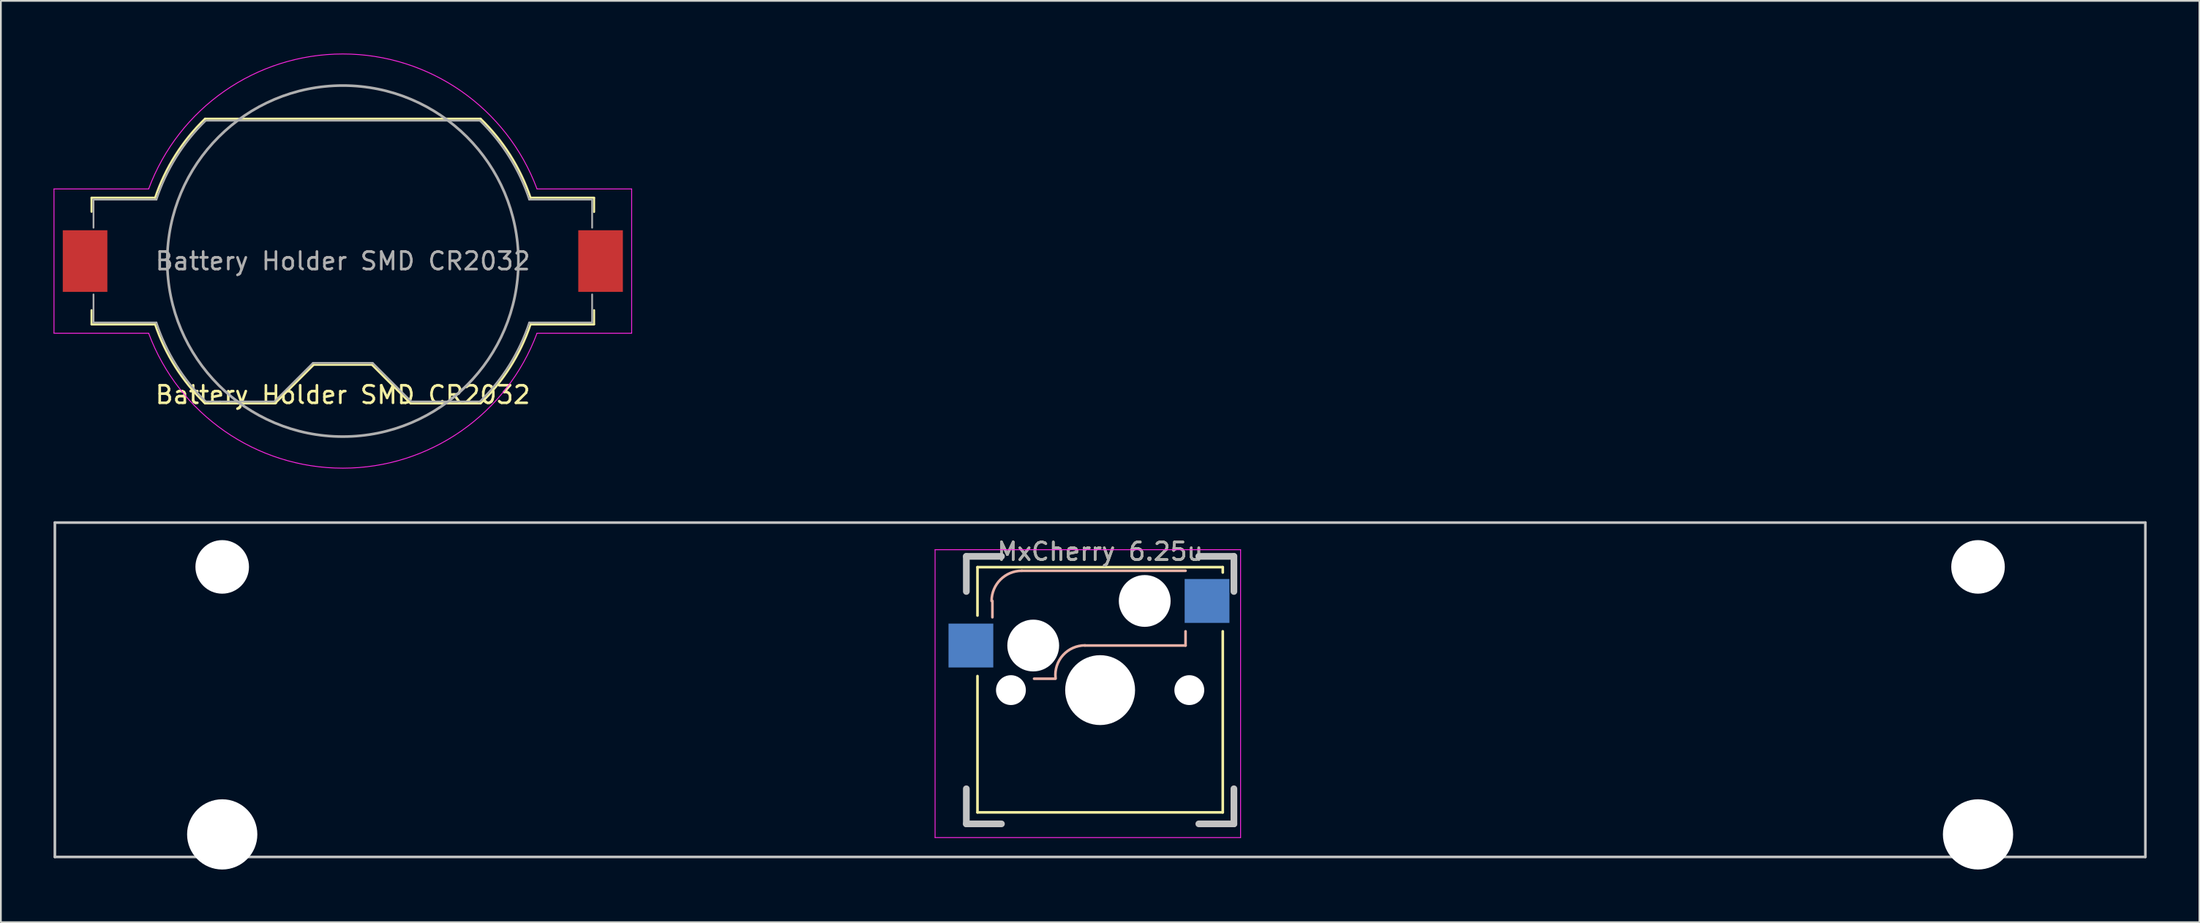
<source format=kicad_pcb>
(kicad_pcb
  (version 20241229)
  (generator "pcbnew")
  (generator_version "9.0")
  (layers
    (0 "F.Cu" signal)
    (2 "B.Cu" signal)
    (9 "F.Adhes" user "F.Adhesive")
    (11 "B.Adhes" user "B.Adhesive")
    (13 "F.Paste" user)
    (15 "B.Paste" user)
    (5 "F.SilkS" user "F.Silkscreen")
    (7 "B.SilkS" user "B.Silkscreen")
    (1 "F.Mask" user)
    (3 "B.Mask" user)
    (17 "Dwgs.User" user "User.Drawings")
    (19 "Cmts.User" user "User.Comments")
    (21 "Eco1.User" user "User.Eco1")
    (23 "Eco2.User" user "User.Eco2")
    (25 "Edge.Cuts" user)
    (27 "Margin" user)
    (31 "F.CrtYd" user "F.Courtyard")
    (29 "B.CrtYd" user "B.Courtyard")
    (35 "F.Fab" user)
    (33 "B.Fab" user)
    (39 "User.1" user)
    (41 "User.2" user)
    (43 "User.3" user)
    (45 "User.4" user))
  (footprint "Battery Holder SMD CR2032"
    (layer "F.Cu")
    (at 16.475 11.824)
    (property "Reference" "Battery Holder SMD CR2032" (at 0 7.62 180) (layer "F.SilkS") (effects (font (size 1 1) (thickness 0.15))))
    (attr smd)
    (fp_line (start -14.31 -3.61) (end -10.692 -3.61) (stroke (width 0.12) (type solid)) (layer "F.SilkS"))
    (fp_line (start -14.31 -2.81) (end -14.31 -3.61) (stroke (width 0.12) (type solid)) (layer "F.SilkS"))
    (fp_line (start -14.31 2.8) (end -14.31 3.6) (stroke (width 0.12) (type solid)) (layer "F.SilkS"))
    (fp_line (start -10.692 3.61) (end -14.31 3.61) (stroke (width 0.12) (type solid)) (layer "F.SilkS"))
    (fp_line (start -7.847 -8.11) (end 7.847 -8.11) (stroke (width 0.12) (type solid)) (layer "F.SilkS"))
    (fp_line (start -3.86 8.11) (end -7.847 8.11) (stroke (width 0.12) (type solid)) (layer "F.SilkS"))
    (fp_line (start -1.66 5.91) (end -3.86 8.11) (stroke (width 0.12) (type solid)) (layer "F.SilkS"))
    (fp_line (start 1.66 5.91) (end -1.66 5.91) (stroke (width 0.12) (type solid)) (layer "F.SilkS"))
    (fp_line (start 1.66 5.91) (end 3.86 8.11) (stroke (width 0.12) (type solid)) (layer "F.SilkS"))
    (fp_line (start 7.847 8.11) (end 3.86 8.11) (stroke (width 0.12) (type solid)) (layer "F.SilkS"))
    (fp_line (start 10.692 -3.61) (end 14.31 -3.61) (stroke (width 0.12) (type solid)) (layer "F.SilkS"))
    (fp_line (start 14.31 -2.8) (end 14.31 -3.6) (stroke (width 0.12) (type solid)) (layer "F.SilkS"))
    (fp_line (start 14.31 2.8) (end 14.31 3.6) (stroke (width 0.12) (type solid)) (layer "F.SilkS"))
    (fp_line (start 14.31 3.61) (end 10.692 3.61) (stroke (width 0.12) (type solid)) (layer "F.SilkS"))
    (fp_arc (start -10.692 -3.61) (mid -9.538084 -6.031244) (end -7.845371 -8.111789) (stroke (width 0.12) (type solid)) (layer "F.SilkS"))
    (fp_arc (start -7.845371 8.111789) (mid -9.538085 6.031244) (end -10.692 3.61) (stroke (width 0.12) (type solid)) (layer "F.SilkS"))
    (fp_arc (start 7.845371 -8.111789) (mid 9.538085 -6.031244) (end 10.692 -3.61) (stroke (width 0.12) (type solid)) (layer "F.SilkS"))
    (fp_arc (start 10.692 3.61) (mid 9.538084 6.031244) (end 7.845371 8.111789) (stroke (width 0.12) (type solid)) (layer "F.SilkS"))
    (fp_line (start -16.45 -4.11) (end -16.45 4.11) (stroke (width 0.05) (type solid)) (layer "F.CrtYd"))
    (fp_line (start -16.45 -4.11) (end -11.06 -4.11) (stroke (width 0.05) (type solid)) (layer "F.CrtYd"))
    (fp_line (start -16.45 4.11) (end -11.06 4.11) (stroke (width 0.05) (type solid)) (layer "F.CrtYd"))
    (fp_line (start 11.06 4.11) (end 16.45 4.11) (stroke (width 0.05) (type solid)) (layer "F.CrtYd"))
    (fp_line (start 16.45 -4.11) (end 11.06 -4.11) (stroke (width 0.05) (type solid)) (layer "F.CrtYd"))
    (fp_line (start 16.45 4.11) (end 16.45 -4.11) (stroke (width 0.05) (type solid)) (layer "F.CrtYd"))
    (fp_arc (start -11.06 -4.11) (mid -0.002978 -11.79897) (end 11.057924 -4.115582) (stroke (width 0.05) (type solid)) (layer "F.CrtYd"))
    (fp_arc (start 11.06 4.11) (mid 0.002978 11.79897) (end -11.057924 4.115582) (stroke (width 0.05) (type solid)) (layer "F.CrtYd"))
    (fp_line (start -14.2 -3.5) (end -14.2 -1.9) (stroke (width 0.1) (type solid)) (layer "F.Fab"))
    (fp_line (start -14.2 -3.5) (end -10.613 -3.5) (stroke (width 0.1) (type solid)) (layer "F.Fab"))
    (fp_line (start -14.2 1.9) (end -14.2 3.5) (stroke (width 0.1) (type solid)) (layer "F.Fab"))
    (fp_line (start -14.2 3.5) (end -10.613 3.5) (stroke (width 0.1) (type solid)) (layer "F.Fab"))
    (fp_line (start -7.803 -8) (end 7.803 -8) (stroke (width 0.1) (type solid)) (layer "F.Fab"))
    (fp_line (start -3.9 8) (end -7.803 8) (stroke (width 0.1) (type solid)) (layer "F.Fab"))
    (fp_line (start -1.7 5.8) (end -3.9 8) (stroke (width 0.1) (type solid)) (layer "F.Fab"))
    (fp_line (start -1.7 5.8) (end 1.7 5.8) (stroke (width 0.1) (type solid)) (layer "F.Fab"))
    (fp_line (start 1.7 5.8) (end 3.9 8) (stroke (width 0.1) (type solid)) (layer "F.Fab"))
    (fp_line (start 3.9 8) (end 7.803 8) (stroke (width 0.1) (type solid)) (layer "F.Fab"))
    (fp_line (start 10.613 -3.5) (end 14.2 -3.5) (stroke (width 0.1) (type solid)) (layer "F.Fab"))
    (fp_line (start 14.2 -3.5) (end 14.2 -1.9) (stroke (width 0.1) (type solid)) (layer "F.Fab"))
    (fp_line (start 14.2 1.9) (end 14.2 3.5) (stroke (width 0.1) (type solid)) (layer "F.Fab"))
    (fp_line (start 14.2 3.5) (end 10.613 3.5) (stroke (width 0.1) (type solid)) (layer "F.Fab"))
    (fp_arc (start -10.61275 -3.5) (mid -9.478596 -5.919179) (end -7.802602 -7.999992) (stroke (width 0.1) (type solid)) (layer "F.Fab"))
    (fp_arc (start -7.802602 7.999992) (mid -9.478596 5.91918) (end -10.61275 3.5) (stroke (width 0.1) (type solid)) (layer "F.Fab"))
    (fp_arc (start 7.802602 -7.999992) (mid 9.478596 -5.91918) (end 10.61275 -3.5) (stroke (width 0.1) (type solid)) (layer "F.Fab"))
    (fp_arc (start 10.61275 3.5) (mid 9.478596 5.919179) (end 7.802602 7.999992) (stroke (width 0.1) (type solid)) (layer "F.Fab"))
    (fp_circle (center 0 0) (end 10 0) (stroke (width 0.15) (type solid)) (fill no) (layer "F.Fab"))
    (fp_text user "${REFERENCE}" (at 0 0 180) (layer "F.Fab") (effects (font (size 1 1) (thickness 0.15))))
    (pad "1" smd rect (at -14.68 0) (size 2.54 3.51) (layers "F.Cu" "F.Mask" "F.Paste"))
    (pad "2" smd rect (at 14.68 0) (size 2.54 3.51) (layers "F.Cu" "F.Mask" "F.Paste")))
  (footprint "MxCherry 6.25u"
    (layer "F.Cu")
    (at 62.146 31.168)
    (property "Reference" "MxCherry 6.25u" (at -2.54 -2.794 0) (layer "F.SilkS") (effects (font (size 1 1) (thickness 0.15))))
    (attr through_hole)
    (fp_line (start -9.525 -1.905) (end -9.525 0.85) (stroke (width 0.15) (type solid)) (layer "F.SilkS"))
    (fp_line (start -9.525 -1.905) (end 4.445 -1.905) (stroke (width 0.15) (type solid)) (layer "F.SilkS"))
    (fp_line (start -9.525 12.065) (end -9.525 4.3) (stroke (width 0.15) (type solid)) (layer "F.SilkS"))
    (fp_line (start 4.445 -1.905) (end 4.445 -1.6) (stroke (width 0.15) (type solid)) (layer "F.SilkS"))
    (fp_line (start 4.445 1.75) (end 4.445 12.065) (stroke (width 0.15) (type solid)) (layer "F.SilkS"))
    (fp_line (start 4.445 12.065) (end -9.525 12.065) (stroke (width 0.15) (type solid)) (layer "F.SilkS"))
    (fp_line (start -8.675 0.02) (end -8.675 0.95) (stroke (width 0.15) (type solid)) (layer "B.SilkS"))
    (fp_line (start -7 -1.7) (end 2.325 -1.7) (stroke (width 0.15) (type solid)) (layer "B.SilkS"))
    (fp_line (start -6.3 4.45) (end -5.08 4.45) (stroke (width 0.15) (type solid)) (layer "B.SilkS"))
    (fp_line (start -3.405 2.56) (end 2.325 2.56) (stroke (width 0.15) (type solid)) (layer "B.SilkS"))
    (fp_line (start 2.325 1.75) (end 2.325 2.56) (stroke (width 0.15) (type solid)) (layer "B.SilkS"))
    (fp_arc (start -8.72 0.02) (mid -8.216224 -1.196224) (end -7 -1.7) (stroke (width 0.15) (type solid)) (layer "B.SilkS"))
    (fp_arc (start -5.08 4.4) (mid -4.652109 3.104704) (end -3.405 2.551893) (stroke (width 0.15) (type solid)) (layer "B.SilkS"))
    (fp_line (start -62.071 -4.445) (end 56.991 -4.445) (stroke (width 0.15) (type solid)) (layer "Dwgs.User"))
    (fp_line (start -62.071 14.605) (end -62.071 -4.445) (stroke (width 0.15) (type solid)) (layer "Dwgs.User"))
    (fp_line (start -10.16 -2.52) (end -10.16 -0.52) (stroke (width 0.381) (type solid)) (layer "Dwgs.User"))
    (fp_line (start -10.16 10.72) (end -10.16 12.72) (stroke (width 0.381) (type solid)) (layer "Dwgs.User"))
    (fp_line (start -8.16 -2.52) (end -10.16 -2.52) (stroke (width 0.381) (type solid)) (layer "Dwgs.User"))
    (fp_line (start -8.16 12.72) (end -10.16 12.72) (stroke (width 0.381) (type solid)) (layer "Dwgs.User"))
    (fp_line (start 5.08 -2.52) (end 3.08 -2.52) (stroke (width 0.381) (type solid)) (layer "Dwgs.User"))
    (fp_line (start 5.08 -0.52) (end 5.08 -2.52) (stroke (width 0.381) (type solid)) (layer "Dwgs.User"))
    (fp_line (start 5.08 10.72) (end 5.08 12.72) (stroke (width 0.381) (type solid)) (layer "Dwgs.User"))
    (fp_line (start 5.08 12.72) (end 3.08 12.72) (stroke (width 0.381) (type solid)) (layer "Dwgs.User"))
    (fp_line (start 56.991 -4.445) (end 56.991 14.605) (stroke (width 0.15) (type solid)) (layer "Dwgs.User"))
    (fp_line (start 56.991 14.605) (end -62.071 14.605) (stroke (width 0.15) (type solid)) (layer "Dwgs.User"))
    (fp_line (start -11.94 -2.9) (end -11.94 13.5) (stroke (width 0.05) (type default)) (layer "F.CrtYd"))
    (fp_line (start -11.94 13.5) (end 5.46 13.5) (stroke (width 0.05) (type default)) (layer "F.CrtYd"))
    (fp_line (start 5.46 -2.9) (end -11.94 -2.9) (stroke (width 0.05) (type default)) (layer "F.CrtYd"))
    (fp_line (start 5.46 13.5) (end 5.46 -2.9) (stroke (width 0.05) (type default)) (layer "F.CrtYd"))
    (fp_text user "${REFERENCE}" (at -2.54 -2.794 0) (layer "F.Fab") (effects (font (size 1 1) (thickness 0.15))))
    (pad "" np_thru_hole circle (at -52.54 -1.92) (size 3.05 3.05) (drill 3.05) (layers "*.Cu" "*.Mask"))
    (pad "" np_thru_hole circle (at -52.54 13.32) (size 4 4) (drill 4) (layers "*.Cu" "*.Mask"))
    (pad "" np_thru_hole circle (at -7.62 5.1) (size 1.7 1.7) (drill 1.7) (layers "*.Cu" "*.Mask"))
    (pad "" np_thru_hole circle (at -6.35 2.56) (size 2.95 2.95) (drill 2.95) (layers "*.Cu" "*.Mask"))
    (pad "" np_thru_hole circle (at -2.54 5.1) (size 3.98 3.98) (drill 3.98) (layers "*.Cu" "*.Mask"))
    (pad "" np_thru_hole circle (at 0 0.02) (size 2.95 2.95) (drill 2.95) (layers "*.Cu" "*.Mask"))
    (pad "" np_thru_hole circle (at 2.54 5.1) (size 1.7 1.7) (drill 1.7) (layers "*.Cu" "*.Mask"))
    (pad "" np_thru_hole circle (at 47.46 -1.92) (size 3.05 3.05) (drill 3.05) (layers "*.Cu" "*.Mask"))
    (pad "" np_thru_hole circle (at 47.46 13.32) (size 4 4) (drill 4) (layers "*.Cu" "*.Mask"))
    (pad "1" smd rect (at -9.9 2.56) (size 2.55 2.5) (layers "B.Cu" "B.Mask" "B.Paste"))
    (pad "2" smd rect (at 3.55 0.02) (size 2.55 2.5) (layers "B.Cu" "B.Mask" "B.Paste")))
  (gr_rect
    (start -3 -3)
    (end 122.213 49.488)
    (stroke (width 0.1) (type default))
    (fill no)
    (layer "Edge.Cuts")))
</source>
